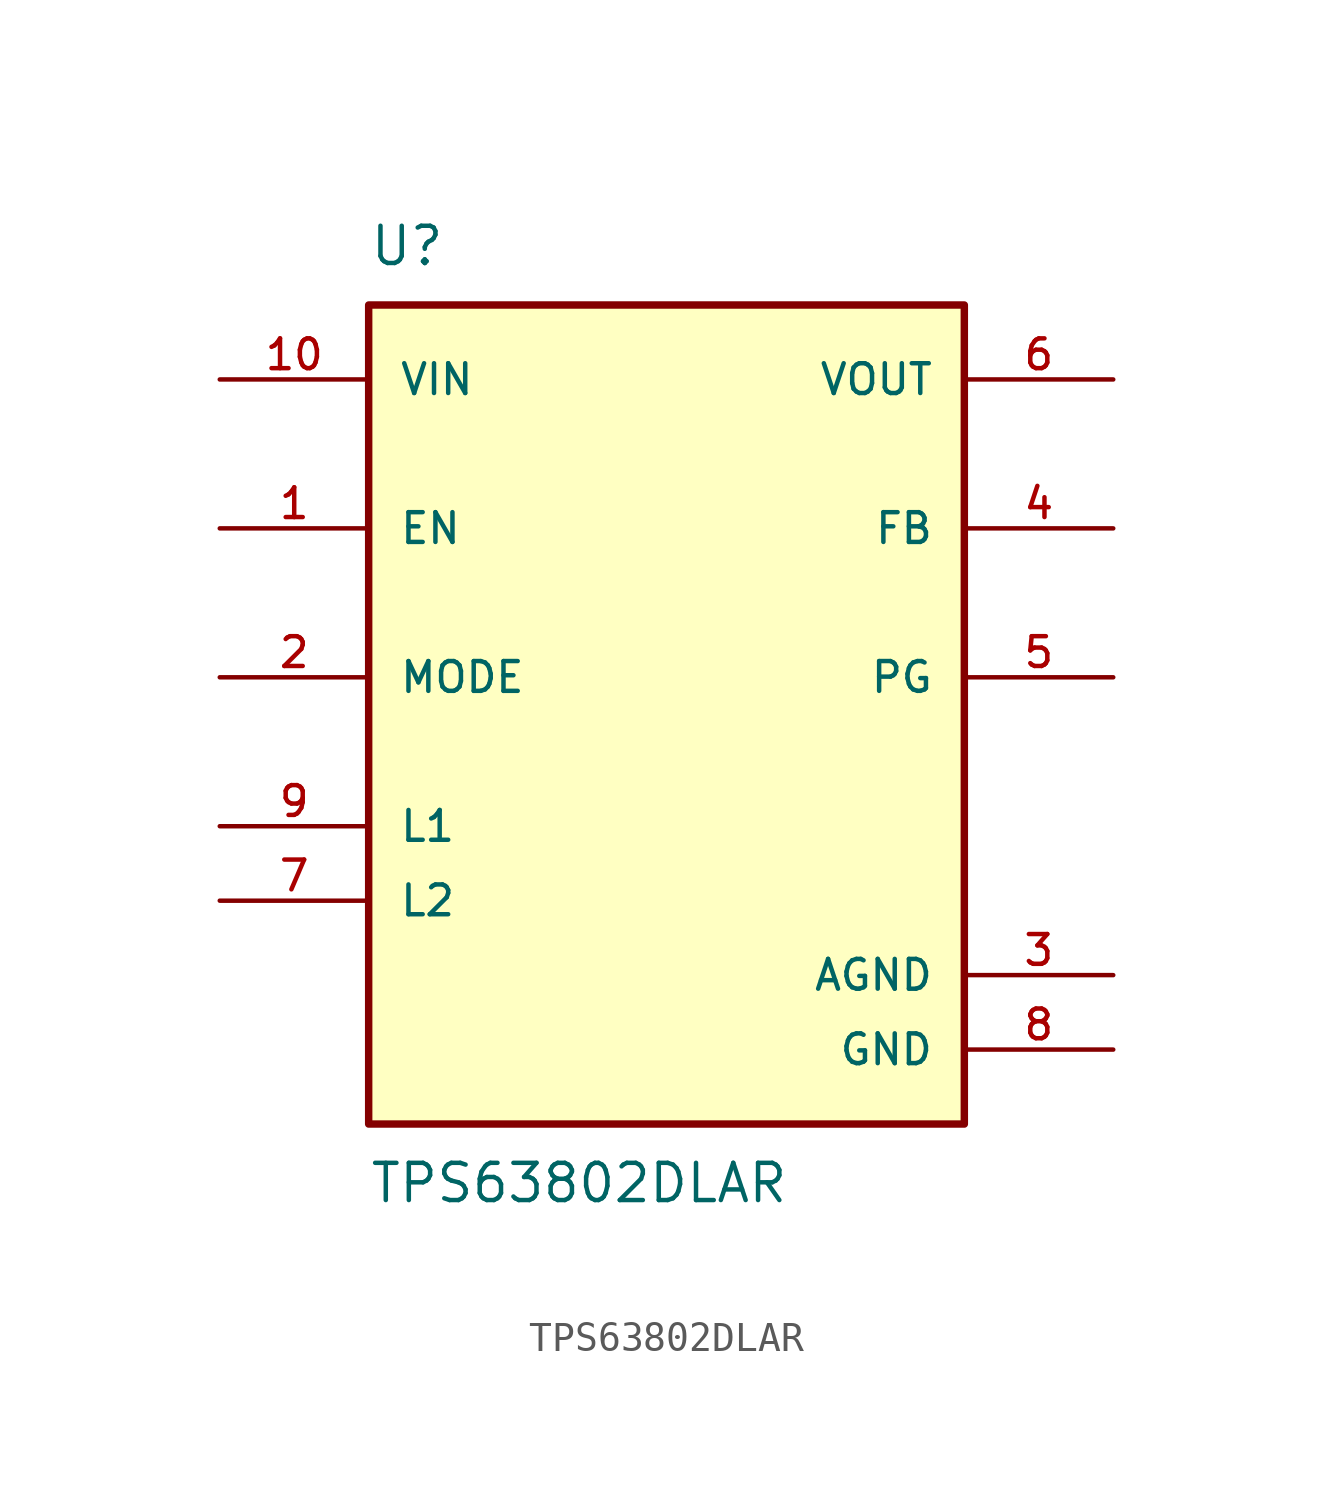
<source format=kicad_sym>
(kicad_symbol_lib
  (version 20211014)
  (generator kicad_symbol_editor)
  (symbol "TPS63802DLAR"
    (pin_names
      (offset 1.016))
    (property "Reference" "U"
      (at -10.16 13.97 0)
      (effects (font (size 1.27 1.27)) (justify bottom left)))
    (property "Value" "TPS63802DLAR"
      (at -10.16 -16.51 0.0)
      (effects (font (size 1.27 1.27)) (justify top left)))
    (symbol "TPS63802DLAR_0_0"
      (rectangle (start -10.16 -15.24) (end 10.16 12.7) (stroke (width 0.254)) (fill (type background)))
      (pin input line (at -15.24 10.16 0) (length 5.08) (name "VIN" (effects (font (size 1.016 1.016)))) (number "10" (effects (font (size 1.016 1.016)))))
      (pin power_in line (at 15.24 -12.7 180.0) (length 5.08) (name "GND" (effects (font (size 1.016 1.016)))) (number "8" (effects (font (size 1.016 1.016)))))
      (pin input line (at -15.24 5.08 0) (length 5.08) (name "EN" (effects (font (size 1.016 1.016)))) (number "1" (effects (font (size 1.016 1.016)))))
      (pin passive line (at -15.24 -7.62 0) (length 5.08) (name "L2" (effects (font (size 1.016 1.016)))) (number "7" (effects (font (size 1.016 1.016)))))
      (pin output line (at 15.24 0.0 180.0) (length 5.08) (name "PG" (effects (font (size 1.016 1.016)))) (number "5" (effects (font (size 1.016 1.016)))))
      (pin input line (at -15.24 0.0 0) (length 5.08) (name "MODE" (effects (font (size 1.016 1.016)))) (number "2" (effects (font (size 1.016 1.016)))))
      (pin input line (at 15.24 5.08 180.0) (length 5.08) (name "FB" (effects (font (size 1.016 1.016)))) (number "4" (effects (font (size 1.016 1.016)))))
      (pin passive line (at -15.24 -5.08 0) (length 5.08) (name "L1" (effects (font (size 1.016 1.016)))) (number "9" (effects (font (size 1.016 1.016)))))
      (pin power_in line (at 15.24 -10.16 180.0) (length 5.08) (name "AGND" (effects (font (size 1.016 1.016)))) (number "3" (effects (font (size 1.016 1.016)))))
      (pin output line (at 15.24 10.16 180.0) (length 5.08) (name "VOUT" (effects (font (size 1.016 1.016)))) (number "6" (effects (font (size 1.016 1.016))))))))
</source>
